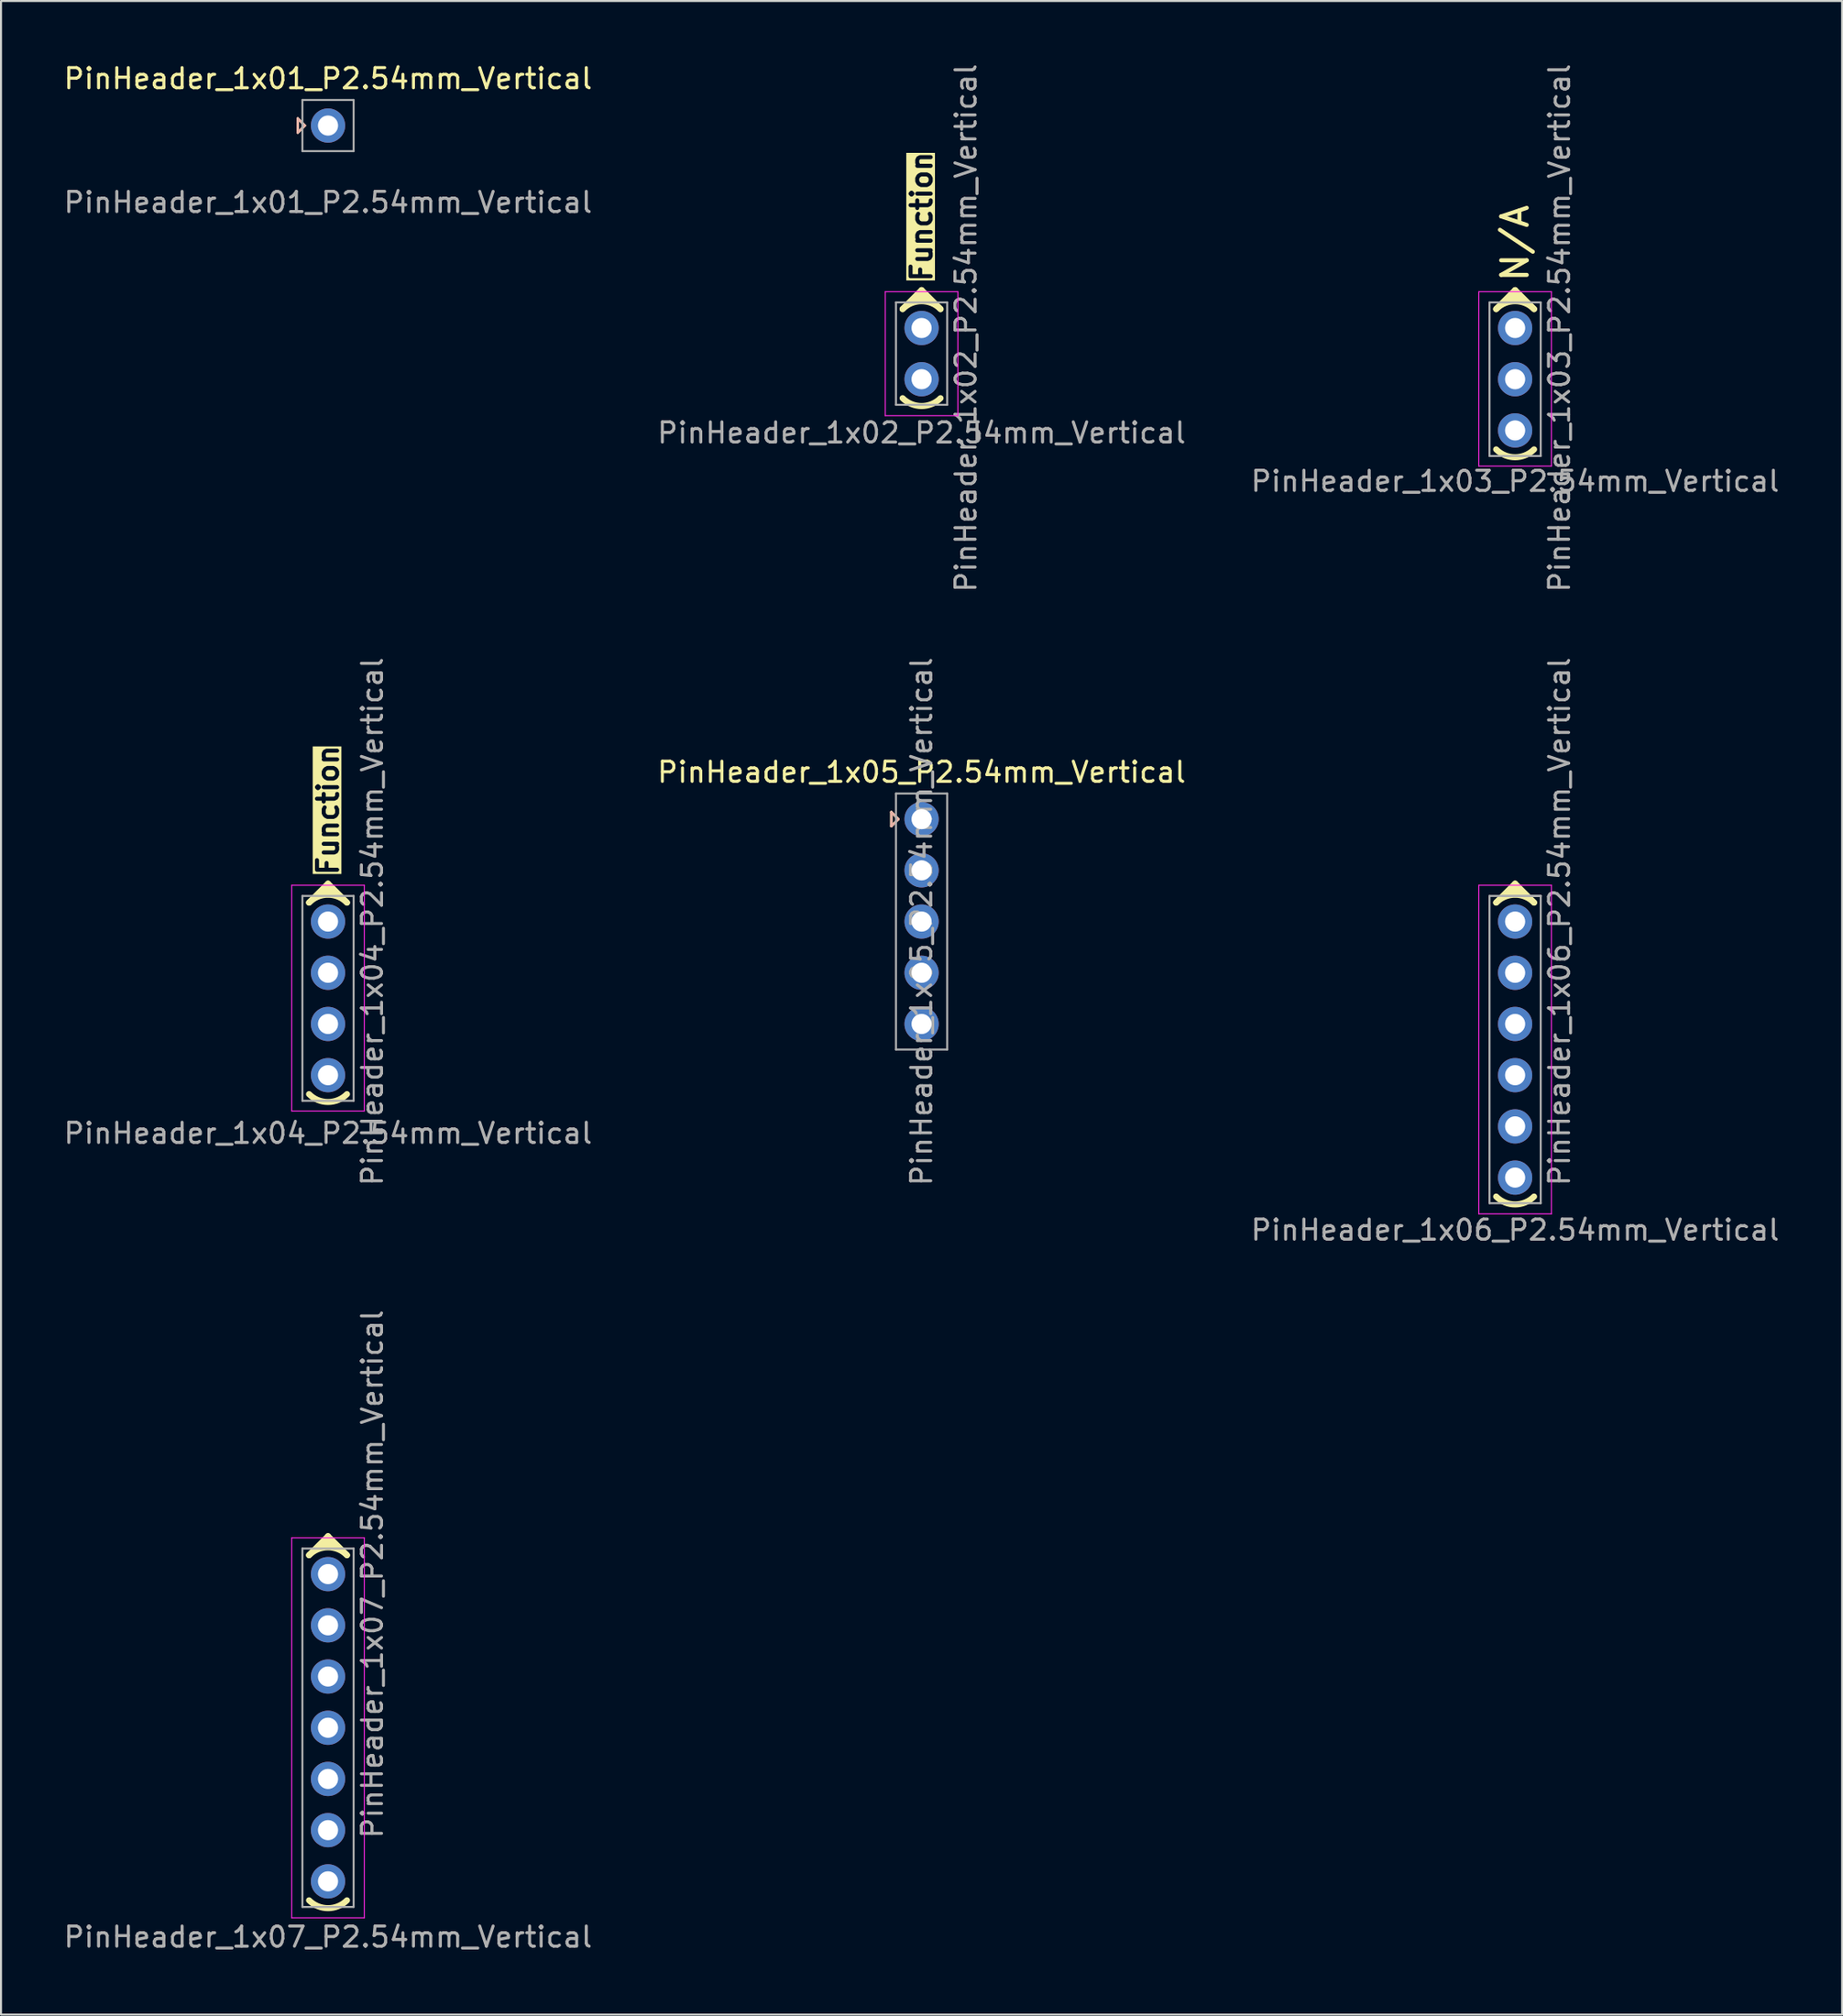
<source format=kicad_pcb>
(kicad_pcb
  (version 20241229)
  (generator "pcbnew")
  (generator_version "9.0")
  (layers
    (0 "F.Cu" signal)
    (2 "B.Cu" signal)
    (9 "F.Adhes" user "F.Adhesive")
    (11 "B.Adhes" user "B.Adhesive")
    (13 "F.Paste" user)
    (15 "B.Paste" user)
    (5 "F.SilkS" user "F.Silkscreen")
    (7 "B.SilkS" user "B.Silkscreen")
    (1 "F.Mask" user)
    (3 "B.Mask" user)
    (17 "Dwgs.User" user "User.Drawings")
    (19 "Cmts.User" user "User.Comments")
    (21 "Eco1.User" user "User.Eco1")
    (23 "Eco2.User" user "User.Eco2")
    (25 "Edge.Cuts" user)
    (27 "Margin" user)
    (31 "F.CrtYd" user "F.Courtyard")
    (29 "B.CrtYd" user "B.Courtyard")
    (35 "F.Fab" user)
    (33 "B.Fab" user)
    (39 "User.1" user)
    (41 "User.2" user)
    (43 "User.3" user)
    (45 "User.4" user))
  (footprint "PinHeader_1x07_P2.54mm_Vertical"
    (layer "F.Cu")
    (at 13.22 75.029)
    (property "Reference" "PinHeader_1x07_P2.54mm_Vertical" (at 2.2 0 90) (layer "F.Fab") (effects (font (size 1 1) (thickness 0.15))))
    (property "Value" "${VALUE}" (at 0 -2.2 90) (layer "F.SilkS" knockout) (hide yes) (effects (font (size 1.27 1.27) (thickness 0.2) (bold yes)) (justify left)))
    (attr through_hole)
    (fp_line (start -0.94 -0.94) (end 0 -1.88) (stroke (width 0.3) (type default)) (layer "F.SilkS"))
    (fp_line (start 0 -1.5) (end 0 -1.5) (stroke (width 0.6) (type default)) (layer "F.SilkS"))
    (fp_line (start 0.94 -0.94) (end 0 -1.88) (stroke (width 0.3) (type default)) (layer "F.SilkS"))
    (fp_arc (start -0.940452 -0.940452) (mid 0 -1.33) (end 0.940452 -0.940452) (stroke (width 0.3) (type default)) (layer "F.SilkS"))
    (fp_arc (start 0.940452 16.180452) (mid 0 16.57) (end -0.940452 16.180452) (stroke (width 0.3) (type default)) (layer "F.SilkS"))
    (fp_line (start -1.8 -1.8) (end -1.8 17.05) (stroke (width 0.05) (type solid)) (layer "F.CrtYd"))
    (fp_line (start -1.8 17.05) (end 1.8 17.05) (stroke (width 0.05) (type solid)) (layer "F.CrtYd"))
    (fp_line (start 1.8 -1.8) (end -1.8 -1.8) (stroke (width 0.05) (type solid)) (layer "F.CrtYd"))
    (fp_line (start 1.8 17.05) (end 1.8 -1.8) (stroke (width 0.05) (type solid)) (layer "F.CrtYd"))
    (fp_line (start -1.27 -1.27) (end 1.27 -1.27) (stroke (width 0.1) (type solid)) (layer "F.Fab"))
    (fp_line (start -1.27 16.51) (end -1.27 -1.27) (stroke (width 0.1) (type solid)) (layer "F.Fab"))
    (fp_line (start 1.27 -1.27) (end 1.27 16.51) (stroke (width 0.1) (type solid)) (layer "F.Fab"))
    (fp_line (start 1.27 16.51) (end -1.27 16.51) (stroke (width 0.1) (type solid)) (layer "F.Fab"))
    (fp_text user "${REFERENCE}" (at 0 18 180) (layer "F.Fab") (effects (font (size 1 1) (thickness 0.15))))
    (pad "1" thru_hole circle (at 0 0) (size 1.7 1.7) (drill 1) (layers "*.Cu" "*.Mask"))
    (pad "2" thru_hole oval (at 0 2.54) (size 1.7 1.7) (drill 1) (layers "*.Cu" "*.Mask"))
    (pad "3" thru_hole oval (at 0 5.08) (size 1.7 1.7) (drill 1) (layers "*.Cu" "*.Mask"))
    (pad "4" thru_hole oval (at 0 7.62) (size 1.7 1.7) (drill 1) (layers "*.Cu" "*.Mask"))
    (pad "5" thru_hole oval (at 0 10.16) (size 1.7 1.7) (drill 1) (layers "*.Cu" "*.Mask"))
    (pad "6" thru_hole oval (at 0 12.7) (size 1.7 1.7) (drill 1) (layers "*.Cu" "*.Mask"))
    (pad "7" thru_hole oval (at 0 15.24) (size 1.7 1.7) (drill 1) (layers "*.Cu" "*.Mask")))
  (footprint "PinHeader_1x02_P2.54mm_Vertical"
    (layer "F.Cu")
    (at 42.661 13.22)
    (property "Reference" "PinHeader_1x02_P2.54mm_Vertical" (at 2.2 0 90) (layer "F.Fab") (effects (font (size 1 1) (thickness 0.15))))
    (property "Function" "Function" (at 0 -2.2 90) (layer "F.SilkS" knockout) (effects (font (size 1 1) (thickness 0.2)) (justify left)))
    (attr through_hole)
    (fp_line (start -0.94 -0.94) (end 0 -1.88) (stroke (width 0.3) (type default)) (layer "F.SilkS"))
    (fp_line (start 0 -1.5) (end 0 -1.5) (stroke (width 0.6) (type default)) (layer "F.SilkS"))
    (fp_line (start 0.94 -0.94) (end 0 -1.88) (stroke (width 0.3) (type default)) (layer "F.SilkS"))
    (fp_arc (start -0.940452 -0.940452) (mid 0 -1.33) (end 0.940452 -0.940452) (stroke (width 0.3) (type default)) (layer "F.SilkS"))
    (fp_arc (start 0.940452 3.480452) (mid 0 3.87) (end -0.940452 3.480452) (stroke (width 0.3) (type default)) (layer "F.SilkS"))
    (fp_line (start -1.8 -1.8) (end -1.8 4.35) (stroke (width 0.05) (type solid)) (layer "F.CrtYd"))
    (fp_line (start -1.8 4.35) (end 1.8 4.35) (stroke (width 0.05) (type solid)) (layer "F.CrtYd"))
    (fp_line (start 1.8 -1.8) (end -1.8 -1.8) (stroke (width 0.05) (type solid)) (layer "F.CrtYd"))
    (fp_line (start 1.8 4.35) (end 1.8 -1.8) (stroke (width 0.05) (type solid)) (layer "F.CrtYd"))
    (fp_line (start -1.27 -1.27) (end 1.27 -1.27) (stroke (width 0.1) (type solid)) (layer "F.Fab"))
    (fp_line (start -1.27 3.81) (end -1.27 -1.27) (stroke (width 0.1) (type solid)) (layer "F.Fab"))
    (fp_line (start 1.27 -1.27) (end 1.27 3.81) (stroke (width 0.1) (type solid)) (layer "F.Fab"))
    (fp_line (start 1.27 3.81) (end -1.27 3.81) (stroke (width 0.1) (type solid)) (layer "F.Fab"))
    (fp_text user "${REFERENCE}" (at 0 5.2 180) (layer "F.Fab") (effects (font (size 1 1) (thickness 0.15))))
    (pad "1" thru_hole circle (at 0 0) (size 1.7 1.7) (drill 1) (layers "*.Cu" "*.Mask"))
    (pad "2" thru_hole oval (at 0 2.54) (size 1.7 1.7) (drill 1) (layers "*.Cu" "*.Mask")))
  (footprint "PinHeader_1x06_P2.54mm_Vertical"
    (layer "F.Cu")
    (at 72.101 42.661)
    (property "Reference" "PinHeader_1x06_P2.54mm_Vertical" (at 2.2 0 90) (layer "F.Fab") (effects (font (size 1 1) (thickness 0.15))))
    (property "Value" "${VALUE}" (at 0 -2.2 90) (layer "F.SilkS" knockout) (hide yes) (effects (font (size 1.27 1.27) (thickness 0.2) (bold yes)) (justify left)))
    (attr through_hole)
    (fp_line (start -0.94 -0.94) (end 0 -1.88) (stroke (width 0.3) (type default)) (layer "F.SilkS"))
    (fp_line (start 0 -1.5) (end 0 -1.5) (stroke (width 0.6) (type default)) (layer "F.SilkS"))
    (fp_line (start 0.94 -0.94) (end 0 -1.88) (stroke (width 0.3) (type default)) (layer "F.SilkS"))
    (fp_arc (start -0.940452 -0.940452) (mid 0 -1.33) (end 0.940452 -0.940452) (stroke (width 0.3) (type default)) (layer "F.SilkS"))
    (fp_arc (start 0.940452 13.640452) (mid 0 14.03) (end -0.940452 13.640452) (stroke (width 0.3) (type default)) (layer "F.SilkS"))
    (fp_line (start -1.8 -1.8) (end -1.8 14.5) (stroke (width 0.05) (type solid)) (layer "F.CrtYd"))
    (fp_line (start -1.8 14.5) (end 1.8 14.5) (stroke (width 0.05) (type solid)) (layer "F.CrtYd"))
    (fp_line (start 1.8 -1.8) (end -1.8 -1.8) (stroke (width 0.05) (type solid)) (layer "F.CrtYd"))
    (fp_line (start 1.8 14.5) (end 1.8 -1.8) (stroke (width 0.05) (type solid)) (layer "F.CrtYd"))
    (fp_line (start -1.27 -1.27) (end 1.27 -1.27) (stroke (width 0.1) (type solid)) (layer "F.Fab"))
    (fp_line (start -1.27 13.97) (end -1.27 -1.27) (stroke (width 0.1) (type solid)) (layer "F.Fab"))
    (fp_line (start -0.635 -1.27) (end 1.27 -1.27) (stroke (width 0.1) (type solid)) (layer "F.Fab"))
    (fp_line (start 1.27 -1.27) (end 1.27 13.97) (stroke (width 0.1) (type solid)) (layer "F.Fab"))
    (fp_line (start 1.27 13.97) (end -1.27 13.97) (stroke (width 0.1) (type solid)) (layer "F.Fab"))
    (fp_text user "${REFERENCE}" (at 0 15.3 180) (layer "F.Fab") (effects (font (size 1 1) (thickness 0.15))))
    (pad "1" thru_hole circle (at 0 0) (size 1.7 1.7) (drill 1) (layers "*.Cu" "*.Mask"))
    (pad "2" thru_hole oval (at 0 2.54) (size 1.7 1.7) (drill 1) (layers "*.Cu" "*.Mask"))
    (pad "3" thru_hole oval (at 0 5.08) (size 1.7 1.7) (drill 1) (layers "*.Cu" "*.Mask"))
    (pad "4" thru_hole oval (at 0 7.62) (size 1.7 1.7) (drill 1) (layers "*.Cu" "*.Mask"))
    (pad "5" thru_hole oval (at 0 10.16) (size 1.7 1.7) (drill 1) (layers "*.Cu" "*.Mask"))
    (pad "6" thru_hole oval (at 0 12.7) (size 1.7 1.7) (drill 1) (layers "*.Cu" "*.Mask")))
  (footprint "PinHeader_1x03_P2.54mm_Vertical"
    (layer "F.Cu")
    (at 72.101 13.22)
    (property "Reference" "PinHeader_1x03_P2.54mm_Vertical" (at 2.2 0 90) (layer "F.Fab") (effects (font (size 1 1) (thickness 0.15))))
    (property "Description" "N/A" (at 0 -2.2 90) (layer "F.SilkS") (effects (font (size 1.27 1.27) (thickness 0.2)) (justify left)))
    (attr through_hole)
    (fp_line (start -0.94 -0.94) (end 0 -1.88) (stroke (width 0.3) (type default)) (layer "F.SilkS"))
    (fp_line (start 0 -1.5) (end 0 -1.5) (stroke (width 0.6) (type default)) (layer "F.SilkS"))
    (fp_line (start 0.94 -0.94) (end 0 -1.88) (stroke (width 0.3) (type default)) (layer "F.SilkS"))
    (fp_arc (start -0.940452 -0.940452) (mid 0 -1.33) (end 0.940452 -0.940452) (stroke (width 0.3) (type default)) (layer "F.SilkS"))
    (fp_arc (start 0.940452 6.020452) (mid 0 6.41) (end -0.940452 6.020452) (stroke (width 0.3) (type default)) (layer "F.SilkS"))
    (fp_line (start -1.8 -1.8) (end -1.8 6.85) (stroke (width 0.05) (type solid)) (layer "F.CrtYd"))
    (fp_line (start -1.8 6.85) (end 1.8 6.85) (stroke (width 0.05) (type solid)) (layer "F.CrtYd"))
    (fp_line (start 1.8 -1.8) (end -1.8 -1.8) (stroke (width 0.05) (type solid)) (layer "F.CrtYd"))
    (fp_line (start 1.8 6.85) (end 1.8 -1.8) (stroke (width 0.05) (type solid)) (layer "F.CrtYd"))
    (fp_line (start -1.27 -1.27) (end 1.27 -1.27) (stroke (width 0.1) (type solid)) (layer "F.Fab"))
    (fp_line (start -1.27 6.35) (end -1.27 -1.27) (stroke (width 0.1) (type solid)) (layer "F.Fab"))
    (fp_line (start 1.27 -1.27) (end 1.27 6.35) (stroke (width 0.1) (type solid)) (layer "F.Fab"))
    (fp_line (start 1.27 6.35) (end -1.27 6.35) (stroke (width 0.1) (type solid)) (layer "F.Fab"))
    (fp_text user "${REFERENCE}" (at 0 7.6 180) (layer "F.Fab") (effects (font (size 1 1) (thickness 0.15))))
    (pad "1" thru_hole circle (at 0 0) (size 1.7 1.7) (drill 1) (layers "*.Cu" "*.Mask"))
    (pad "2" thru_hole oval (at 0 2.54) (size 1.7 1.7) (drill 1) (layers "*.Cu" "*.Mask"))
    (pad "3" thru_hole oval (at 0 5.08) (size 1.7 1.7) (drill 1) (layers "*.Cu" "*.Mask")))
  (footprint "PinHeader_1x04_P2.54mm_Vertical"
    (layer "F.Cu")
    (at 13.22 42.661)
    (property "Reference" "PinHeader_1x04_P2.54mm_Vertical" (at 2.2 0 90) (layer "F.Fab") (effects (font (size 1 1) (thickness 0.15))))
    (property "Function" "Function" (at 0 -2.2 90) (layer "F.SilkS" knockout) (effects (font (size 1 1) (thickness 0.2) (bold yes)) (justify left)))
    (attr through_hole)
    (fp_line (start -0.94 -0.94) (end 0 -1.88) (stroke (width 0.3) (type default)) (layer "F.SilkS"))
    (fp_line (start 0 -1.5) (end 0 -1.5) (stroke (width 0.6) (type default)) (layer "F.SilkS"))
    (fp_line (start 0.94 -0.94) (end 0 -1.88) (stroke (width 0.3) (type default)) (layer "F.SilkS"))
    (fp_arc (start -0.940452 -0.940452) (mid 0 -1.33) (end 0.940452 -0.940452) (stroke (width 0.3) (type default)) (layer "F.SilkS"))
    (fp_arc (start 0.940452 8.560452) (mid 0 8.95) (end -0.940452 8.560452) (stroke (width 0.3) (type default)) (layer "F.SilkS"))
    (fp_line (start -1.8 -1.8) (end -1.8 9.4) (stroke (width 0.05) (type solid)) (layer "F.CrtYd"))
    (fp_line (start -1.8 9.4) (end 1.8 9.4) (stroke (width 0.05) (type solid)) (layer "F.CrtYd"))
    (fp_line (start 1.8 -1.8) (end -1.8 -1.8) (stroke (width 0.05) (type solid)) (layer "F.CrtYd"))
    (fp_line (start 1.8 9.4) (end 1.8 -1.8) (stroke (width 0.05) (type solid)) (layer "F.CrtYd"))
    (fp_line (start -1.27 -1.27) (end 1.27 -1.27) (stroke (width 0.1) (type solid)) (layer "F.Fab"))
    (fp_line (start -1.27 8.89) (end -1.27 -1.27) (stroke (width 0.1) (type solid)) (layer "F.Fab"))
    (fp_line (start 1.27 -1.27) (end 1.27 8.89) (stroke (width 0.1) (type solid)) (layer "F.Fab"))
    (fp_line (start 1.27 8.89) (end -1.27 8.89) (stroke (width 0.1) (type solid)) (layer "F.Fab"))
    (fp_text user "${REFERENCE}" (at 0 10.5 180) (layer "F.Fab") (effects (font (size 1 1) (thickness 0.15))))
    (pad "1" thru_hole circle (at 0 0) (size 1.7 1.7) (drill 1) (layers "*.Cu" "*.Mask"))
    (pad "2" thru_hole oval (at 0 2.54) (size 1.7 1.7) (drill 1) (layers "*.Cu" "*.Mask"))
    (pad "3" thru_hole oval (at 0 5.08) (size 1.7 1.7) (drill 1) (layers "*.Cu" "*.Mask"))
    (pad "4" thru_hole oval (at 0 7.62) (size 1.7 1.7) (drill 1) (layers "*.Cu" "*.Mask")))
  (footprint "PinHeader_1x05_P2.54mm_Vertical"
    (layer "F.Cu")
    (at 42.661 37.581)
    (property "Reference" "PinHeader_1x05_P2.54mm_Vertical" (at 0 -2.33 0) (layer "F.SilkS") (effects (font (size 1 1) (thickness 0.15))))
    (attr through_hole)
    (fp_line (start -1.5 -0.35) (end -1.5 0.35) (stroke (width 0.12) (type default)) (layer "F.SilkS"))
    (fp_line (start -1.5 -0.35) (end -1.15 0) (stroke (width 0.12) (type default)) (layer "F.SilkS"))
    (fp_line (start -1.5 0.35) (end -1.15 0) (stroke (width 0.12) (type default)) (layer "F.SilkS"))
    (fp_line (start -1.5 -0.35) (end -1.15 0) (stroke (width 0.12) (type default)) (layer "B.SilkS"))
    (fp_line (start -1.5 0.35) (end -1.5 -0.35) (stroke (width 0.12) (type default)) (layer "B.SilkS"))
    (fp_line (start -1.5 0.35) (end -1.15 0) (stroke (width 0.12) (type default)) (layer "B.SilkS"))
    (fp_line (start -1.27 -1.27) (end 1.27 -1.27) (stroke (width 0.1) (type solid)) (layer "F.Fab"))
    (fp_line (start -1.27 11.43) (end -1.27 -1.27) (stroke (width 0.1) (type solid)) (layer "F.Fab"))
    (fp_line (start 1.27 -1.27) (end 1.27 11.43) (stroke (width 0.1) (type solid)) (layer "F.Fab"))
    (fp_line (start 1.27 11.43) (end -1.27 11.43) (stroke (width 0.1) (type solid)) (layer "F.Fab"))
    (fp_text user "${REFERENCE}" (at 0 5.08 90) (layer "F.Fab") (effects (font (size 1 1) (thickness 0.15))))
    (pad "1" thru_hole circle (at 0 0) (size 1.7 1.7) (drill 1) (layers "*.Cu" "*.Mask"))
    (pad "2" thru_hole oval (at 0 2.54) (size 1.7 1.7) (drill 1) (layers "*.Cu" "*.Mask"))
    (pad "3" thru_hole circle (at 0 5.08) (size 1.7 1.7) (drill 1) (layers "*.Cu" "*.Mask"))
    (pad "4" thru_hole circle (at 0 7.62) (size 1.7 1.7) (drill 1) (layers "*.Cu" "*.Mask"))
    (pad "5" thru_hole circle (at 0 10.16) (size 1.7 1.7) (drill 1) (layers "*.Cu" "*.Mask")))
  (footprint "PinHeader_1x01_P2.54mm_Vertical"
    (layer "F.Cu")
    (at 13.22 3.178)
    (property "Reference" "PinHeader_1x01_P2.54mm_Vertical" (at 0 -2.33 180) (layer "F.SilkS") (effects (font (size 1 1) (thickness 0.15))))
    (attr through_hole)
    (fp_line (start -1.5 -0.35) (end -1.5 0.35) (stroke (width 0.12) (type default)) (layer "F.SilkS"))
    (fp_line (start -1.5 -0.35) (end -1.15 0) (stroke (width 0.12) (type default)) (layer "F.SilkS"))
    (fp_line (start -1.5 0.35) (end -1.15 0) (stroke (width 0.12) (type default)) (layer "F.SilkS"))
    (fp_line (start -1.5 -0.35) (end -1.15 0) (stroke (width 0.12) (type default)) (layer "B.SilkS"))
    (fp_line (start -1.5 0.35) (end -1.5 -0.35) (stroke (width 0.12) (type default)) (layer "B.SilkS"))
    (fp_line (start -1.5 0.35) (end -1.15 0) (stroke (width 0.12) (type default)) (layer "B.SilkS"))
    (fp_line (start -1.27 -1.27) (end 1.27 -1.27) (stroke (width 0.1) (type solid)) (layer "F.Fab"))
    (fp_line (start -1.27 1.27) (end -1.27 -1.27) (stroke (width 0.1) (type solid)) (layer "F.Fab"))
    (fp_line (start 1.27 -1.27) (end 1.27 1.27) (stroke (width 0.1) (type solid)) (layer "F.Fab"))
    (fp_line (start 1.27 1.27) (end -1.27 1.27) (stroke (width 0.1) (type solid)) (layer "F.Fab"))
    (fp_text user "${REFERENCE}" (at 0 3.81 180) (layer "F.Fab") (effects (font (size 1 1) (thickness 0.15))))
    (pad "1" thru_hole circle (at 0 0) (size 1.7 1.7) (drill 1) (layers "*.Cu" "*.Mask")))
  (gr_rect
    (start -3 -3)
    (end 88.321 96.877)
    (stroke (width 0.1) (type default))
    (fill no)
    (layer "Edge.Cuts")))
</source>
